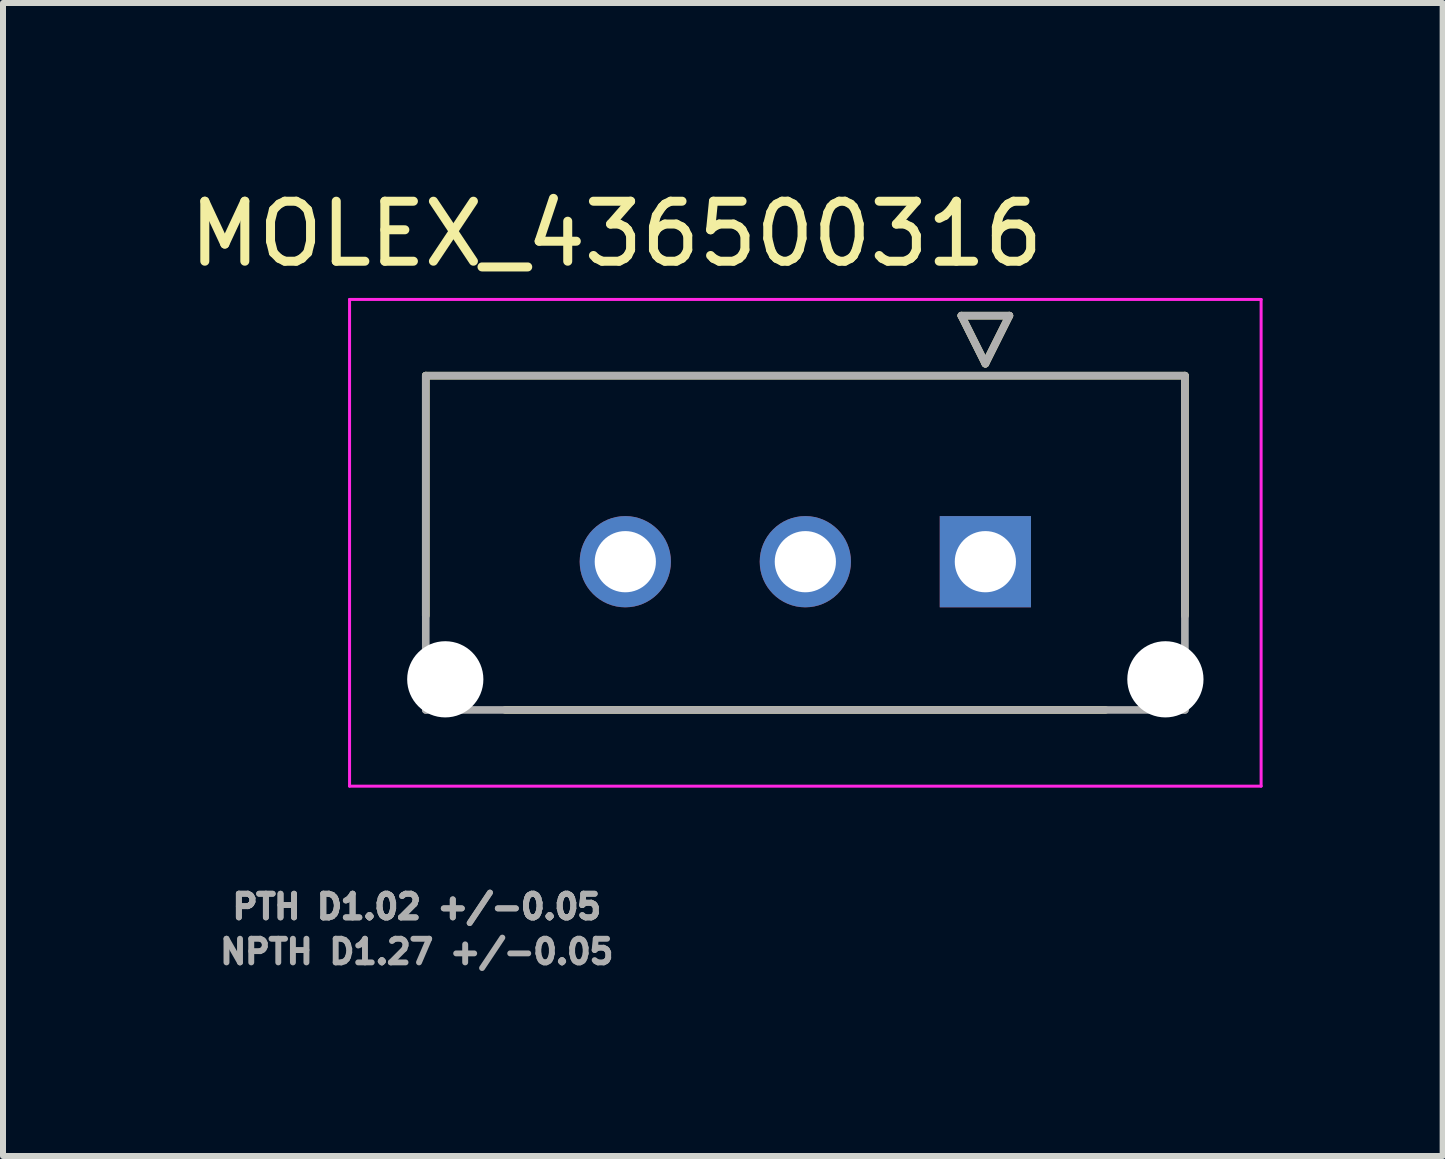
<source format=kicad_pcb>
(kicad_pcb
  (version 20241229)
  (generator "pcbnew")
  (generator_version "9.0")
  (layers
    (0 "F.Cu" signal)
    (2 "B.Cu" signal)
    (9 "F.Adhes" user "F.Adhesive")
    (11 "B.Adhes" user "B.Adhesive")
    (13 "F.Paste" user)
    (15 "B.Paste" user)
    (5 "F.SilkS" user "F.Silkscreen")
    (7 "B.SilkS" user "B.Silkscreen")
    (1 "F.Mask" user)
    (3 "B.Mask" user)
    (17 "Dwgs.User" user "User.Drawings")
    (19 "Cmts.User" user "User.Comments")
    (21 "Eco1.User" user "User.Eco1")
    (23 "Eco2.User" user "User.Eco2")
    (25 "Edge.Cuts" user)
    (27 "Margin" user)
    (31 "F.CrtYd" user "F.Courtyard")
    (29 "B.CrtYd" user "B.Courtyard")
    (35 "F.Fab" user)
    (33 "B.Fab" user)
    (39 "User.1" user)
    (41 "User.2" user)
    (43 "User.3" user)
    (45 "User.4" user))
  (footprint "MOLEX_436500316"
    (layer "F.Cu")
    (at 13.37 6.31)
    (property "Reference" "MOLEX_436500316" (at -6.15 -5.462 0) (layer "F.SilkS") (effects (font (size 1 1) (thickness 0.15))))
    (attr through_hole)
    (fp_circle (center -9 1.96) (end -8.644 1.96) (stroke (width 0.711) (type solid)) (fill no) (layer "F.Mask"))
    (fp_circle (center -6 0) (end -5.582 0) (stroke (width 0.836) (type solid)) (fill no) (layer "F.Mask"))
    (fp_circle (center -3 0) (end -2.582 0) (stroke (width 0.836) (type solid)) (fill no) (layer "F.Mask"))
    (fp_circle (center 3 1.96) (end 3.356 1.96) (stroke (width 0.711) (type solid)) (fill no) (layer "F.Mask"))
    (fp_poly (pts (xy -0.836 -0.836) (xy 0.836 -0.836) (xy 0.836 0.836) (xy -0.836 0.836)) (stroke (width 0.01) (type solid)) (fill yes) (layer "F.Mask"))
    (fp_circle (center -9 1.96) (end -8.644 1.96) (stroke (width 0.711) (type solid)) (fill no) (layer "B.Mask"))
    (fp_circle (center -6 0) (end -5.582 0) (stroke (width 0.836) (type solid)) (fill no) (layer "B.Mask"))
    (fp_circle (center -3 0) (end -2.582 0) (stroke (width 0.836) (type solid)) (fill no) (layer "B.Mask"))
    (fp_circle (center 3 1.96) (end 3.356 1.96) (stroke (width 0.711) (type solid)) (fill no) (layer "B.Mask"))
    (fp_poly (pts (xy -0.836 -0.836) (xy 0.836 -0.836) (xy 0.836 0.836) (xy -0.836 0.836)) (stroke (width 0.01) (type solid)) (fill yes) (layer "B.Mask"))
    (fp_line (start -9.325 -3.1) (end -9.325 0.9) (stroke (width 0.127) (type solid)) (layer "F.SilkS"))
    (fp_line (start -9.325 -3.1) (end 3.325 -3.1) (stroke (width 0.127) (type solid)) (layer "F.SilkS"))
    (fp_line (start -0.4 -4.1) (end 0.4 -4.1) (stroke (width 0.127) (type solid)) (layer "F.SilkS"))
    (fp_line (start 0 -3.3) (end -0.4 -4.1) (stroke (width 0.127) (type solid)) (layer "F.SilkS"))
    (fp_line (start 0.4 -4.1) (end 0 -3.3) (stroke (width 0.127) (type solid)) (layer "F.SilkS"))
    (fp_line (start 2 2.47) (end -8 2.47) (stroke (width 0.127) (type solid)) (layer "F.SilkS"))
    (fp_line (start 3.325 -3.1) (end 3.325 0.9) (stroke (width 0.127) (type solid)) (layer "F.SilkS"))
    (fp_line (start -10.595 -4.37) (end 4.595 -4.37) (stroke (width 0.05) (type solid)) (layer "F.CrtYd"))
    (fp_line (start -10.595 3.74) (end -10.595 -4.37) (stroke (width 0.05) (type solid)) (layer "F.CrtYd"))
    (fp_line (start 4.595 3.74) (end -10.595 3.74) (stroke (width 0.05) (type solid)) (layer "F.CrtYd"))
    (fp_line (start 4.595 3.74) (end 4.595 -4.37) (stroke (width 0.05) (type solid)) (layer "F.CrtYd"))
    (fp_line (start -9.325 -3.1) (end 3.325 -3.1) (stroke (width 0.127) (type solid)) (layer "F.Fab"))
    (fp_line (start -9.325 2.47) (end -9.325 -3.1) (stroke (width 0.127) (type solid)) (layer "F.Fab"))
    (fp_line (start -0.4 -4.1) (end 0.4 -4.1) (stroke (width 0.127) (type solid)) (layer "F.Fab"))
    (fp_line (start 0 -3.3) (end -0.4 -4.1) (stroke (width 0.127) (type solid)) (layer "F.Fab"))
    (fp_line (start 0.4 -4.1) (end 0 -3.3) (stroke (width 0.127) (type solid)) (layer "F.Fab"))
    (fp_line (start 3.325 2.47) (end -9.325 2.47) (stroke (width 0.127) (type solid)) (layer "F.Fab"))
    (fp_line (start 3.325 2.47) (end 3.325 -3.1) (stroke (width 0.127) (type solid)) (layer "F.Fab"))
    (fp_text user "PTH D1.02 +/-0.05 " (at -9.325 5.75 0) (layer "F.Fab") (effects (font (size 0.394 0.394) (thickness 0.15))))
    (fp_text user "NPTH D1.27 +/-0.05 " (at -9.325 6.5 0) (layer "F.Fab") (effects (font (size 0.394 0.394) (thickness 0.15))))
    (fp_text user "PTH D1.02 +/-0.05 " (at -9.325 5.75 0) (layer "F.Fab") (effects (font (size 0.394 0.394) (thickness 0.15))))
    (pad "" np_thru_hole circle (at -9 1.96) (size 1.27 1.27) (drill 1.27) (layers "*.Cu" "*.Mask"))
    (pad "" np_thru_hole circle (at 3 1.96) (size 1.27 1.27) (drill 1.27) (layers "*.Cu" "*.Mask"))
    (pad "1" thru_hole rect (at 0 0) (size 1.52 1.52) (drill 1.02) (layers "*.Cu"))
    (pad "2" thru_hole circle (at -3 0) (size 1.52 1.52) (drill 1.02) (layers "*.Cu"))
    (pad "3" thru_hole circle (at -6 0) (size 1.52 1.52) (drill 1.02) (layers "*.Cu")))
  (gr_rect
    (start -3 -3)
    (end 20.99 16.213)
    (stroke (width 0.1) (type default))
    (fill no)
    (layer "Edge.Cuts")))
</source>
